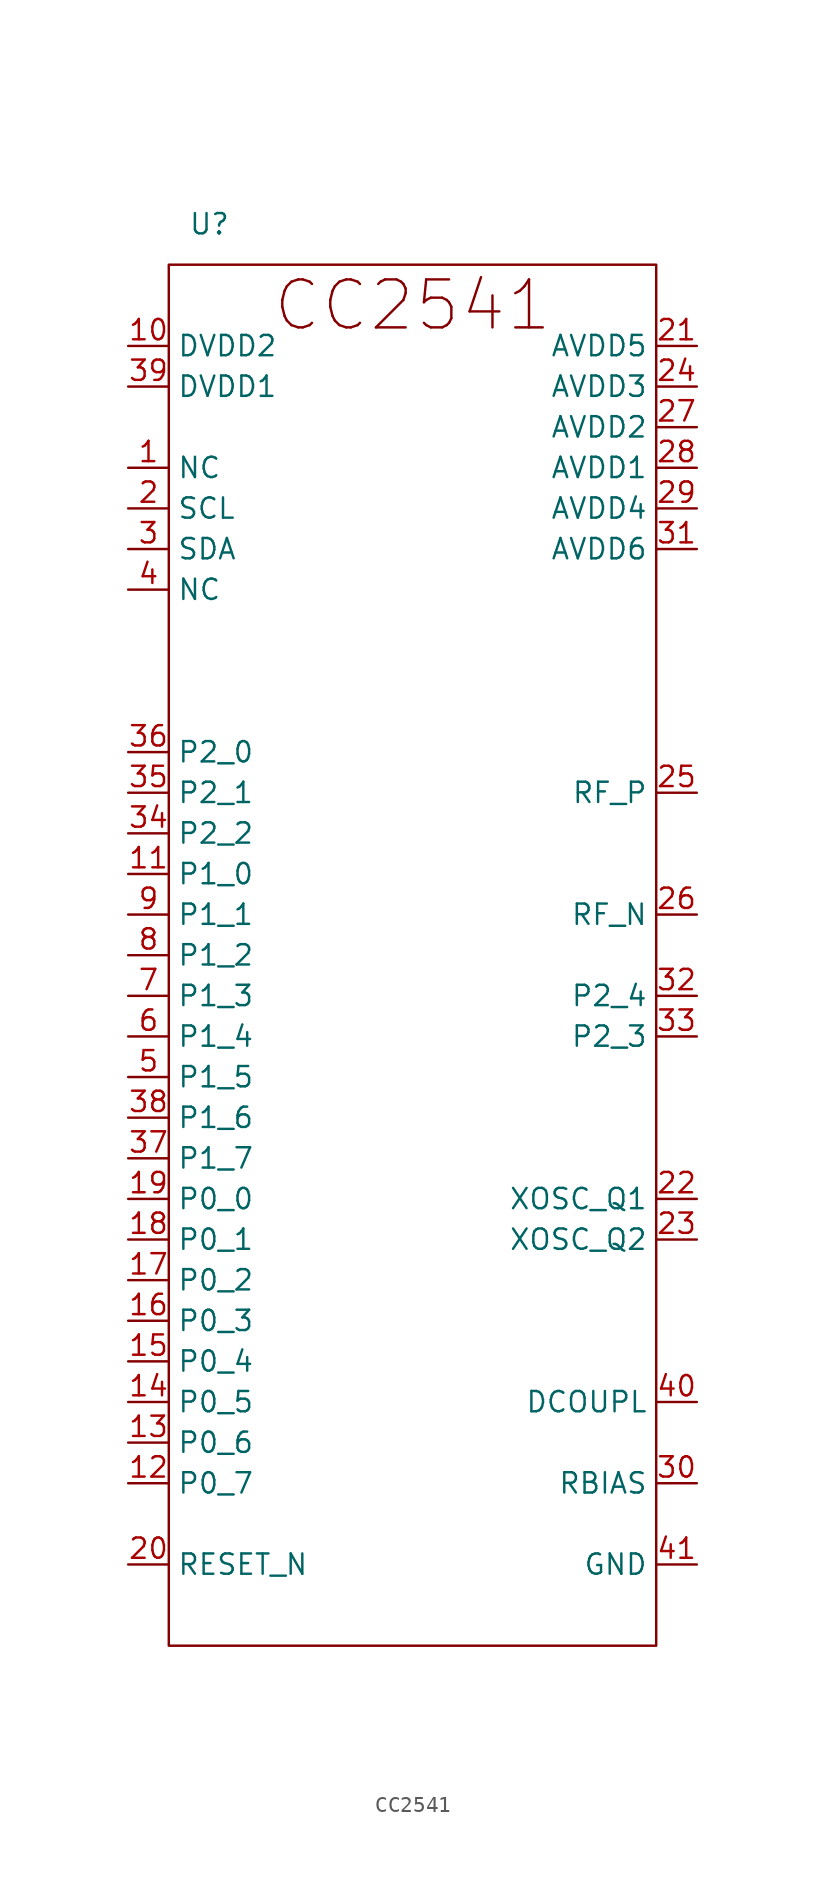
<source format=kicad_sym>
(kicad_symbol_lib
  (version 20220914)
  (generator kicad_symbol_editor)
  (symbol "CC2541"
    (property "Reference" "U"
      (at -12.7 38.1 0)
      (effects (font (size 1.27 1.27))))
    (property "Value" ""
      (at 0 0 0)
      (effects (font (size 1.27 1.27))))
    (symbol "CC2541_0_1"
      (rectangle (start -15.24 35.56) (end 15.24 -50.8) (stroke (width 0) (type default)) (fill (type none))))
    (symbol "CC2541_1_1"
      (text "CC2541" (at 0 33.02 0) (effects (font (size 3 3))))
      (pin bidirectional line (at -17.78 22.86 0) (length 2.54) (name "NC" (effects (font (size 1.27 1.27)))) (number "1" (effects (font (size 1.27 1.27)))))
      (pin power_in line (at -17.78 30.48 0) (length 2.54) (name "DVDD2" (effects (font (size 1.27 1.27)))) (number "10" (effects (font (size 1.27 1.27)))))
      (pin bidirectional line (at -17.78 -2.54 0) (length 2.54) (name "P1_0" (effects (font (size 1.27 1.27)))) (number "11" (effects (font (size 1.27 1.27)))))
      (pin bidirectional line (at -17.78 -40.64 0) (length 2.54) (name "P0_7" (effects (font (size 1.27 1.27)))) (number "12" (effects (font (size 1.27 1.27)))))
      (pin bidirectional line (at -17.78 -38.1 0) (length 2.54) (name "P0_6" (effects (font (size 1.27 1.27)))) (number "13" (effects (font (size 1.27 1.27)))))
      (pin bidirectional line (at -17.78 -35.56 0) (length 2.54) (name "P0_5" (effects (font (size 1.27 1.27)))) (number "14" (effects (font (size 1.27 1.27)))))
      (pin bidirectional line (at -17.78 -33.02 0) (length 2.54) (name "P0_4" (effects (font (size 1.27 1.27)))) (number "15" (effects (font (size 1.27 1.27)))))
      (pin bidirectional line (at -17.78 -30.48 0) (length 2.54) (name "P0_3" (effects (font (size 1.27 1.27)))) (number "16" (effects (font (size 1.27 1.27)))))
      (pin bidirectional line (at -17.78 -27.94 0) (length 2.54) (name "P0_2" (effects (font (size 1.27 1.27)))) (number "17" (effects (font (size 1.27 1.27)))))
      (pin bidirectional line (at -17.78 -25.4 0) (length 2.54) (name "P0_1" (effects (font (size 1.27 1.27)))) (number "18" (effects (font (size 1.27 1.27)))))
      (pin bidirectional line (at -17.78 -22.86 0) (length 2.54) (name "P0_0" (effects (font (size 1.27 1.27)))) (number "19" (effects (font (size 1.27 1.27)))))
      (pin bidirectional line (at -17.78 20.32 0) (length 2.54) (name "SCL" (effects (font (size 1.27 1.27)))) (number "2" (effects (font (size 1.27 1.27)))))
      (pin bidirectional line (at -17.78 -45.72 0) (length 2.54) (name "RESET_N" (effects (font (size 1.27 1.27)))) (number "20" (effects (font (size 1.27 1.27)))))
      (pin power_in line (at 17.78 30.48 180) (length 2.54) (name "AVDD5" (effects (font (size 1.27 1.27)))) (number "21" (effects (font (size 1.27 1.27)))))
      (pin bidirectional line (at 17.78 -22.86 180) (length 2.54) (name "XOSC_Q1" (effects (font (size 1.27 1.27)))) (number "22" (effects (font (size 1.27 1.27)))))
      (pin bidirectional line (at 17.78 -25.4 180) (length 2.54) (name "XOSC_Q2" (effects (font (size 1.27 1.27)))) (number "23" (effects (font (size 1.27 1.27)))))
      (pin power_in line (at 17.78 27.94 180) (length 2.54) (name "AVDD3" (effects (font (size 1.27 1.27)))) (number "24" (effects (font (size 1.27 1.27)))))
      (pin output line (at 17.78 2.54 180) (length 2.54) (name "RF_P" (effects (font (size 1.27 1.27)))) (number "25" (effects (font (size 1.27 1.27)))))
      (pin output line (at 17.78 -5.08 180) (length 2.54) (name "RF_N" (effects (font (size 1.27 1.27)))) (number "26" (effects (font (size 1.27 1.27)))))
      (pin power_in line (at 17.78 25.4 180) (length 2.54) (name "AVDD2" (effects (font (size 1.27 1.27)))) (number "27" (effects (font (size 1.27 1.27)))))
      (pin power_in line (at 17.78 22.86 180) (length 2.54) (name "AVDD1" (effects (font (size 1.27 1.27)))) (number "28" (effects (font (size 1.27 1.27)))))
      (pin power_in line (at 17.78 20.32 180) (length 2.54) (name "AVDD4" (effects (font (size 1.27 1.27)))) (number "29" (effects (font (size 1.27 1.27)))))
      (pin bidirectional line (at -17.78 17.78 0) (length 2.54) (name "SDA" (effects (font (size 1.27 1.27)))) (number "3" (effects (font (size 1.27 1.27)))))
      (pin bidirectional line (at 17.78 -40.64 180) (length 2.54) (name "RBIAS" (effects (font (size 1.27 1.27)))) (number "30" (effects (font (size 1.27 1.27)))))
      (pin power_in line (at 17.78 17.78 180) (length 2.54) (name "AVDD6" (effects (font (size 1.27 1.27)))) (number "31" (effects (font (size 1.27 1.27)))))
      (pin bidirectional line (at 17.78 -10.16 180) (length 2.54) (name "P2_4" (effects (font (size 1.27 1.27)))) (number "32" (effects (font (size 1.27 1.27)))))
      (pin bidirectional line (at 17.78 -12.7 180) (length 2.54) (name "P2_3" (effects (font (size 1.27 1.27)))) (number "33" (effects (font (size 1.27 1.27)))))
      (pin bidirectional line (at -17.78 0 0) (length 2.54) (name "P2_2" (effects (font (size 1.27 1.27)))) (number "34" (effects (font (size 1.27 1.27)))))
      (pin bidirectional line (at -17.78 2.54 0) (length 2.54) (name "P2_1" (effects (font (size 1.27 1.27)))) (number "35" (effects (font (size 1.27 1.27)))))
      (pin bidirectional line (at -17.78 5.08 0) (length 2.54) (name "P2_0" (effects (font (size 1.27 1.27)))) (number "36" (effects (font (size 1.27 1.27)))))
      (pin bidirectional line (at -17.78 -20.32 0) (length 2.54) (name "P1_7" (effects (font (size 1.27 1.27)))) (number "37" (effects (font (size 1.27 1.27)))))
      (pin bidirectional line (at -17.78 -17.78 0) (length 2.54) (name "P1_6" (effects (font (size 1.27 1.27)))) (number "38" (effects (font (size 1.27 1.27)))))
      (pin power_in line (at -17.78 27.94 0) (length 2.54) (name "DVDD1" (effects (font (size 1.27 1.27)))) (number "39" (effects (font (size 1.27 1.27)))))
      (pin bidirectional line (at -17.78 15.24 0) (length 2.54) (name "NC" (effects (font (size 1.27 1.27)))) (number "4" (effects (font (size 1.27 1.27)))))
      (pin bidirectional line (at 17.78 -35.56 180) (length 2.54) (name "DCOUPL" (effects (font (size 1.27 1.27)))) (number "40" (effects (font (size 1.27 1.27)))))
      (pin bidirectional line (at 17.78 -45.72 180) (length 2.54) (name "GND" (effects (font (size 1.27 1.27)))) (number "41" (effects (font (size 1.27 1.27)))))
      (pin bidirectional line (at -17.78 -15.24 0) (length 2.54) (name "P1_5" (effects (font (size 1.27 1.27)))) (number "5" (effects (font (size 1.27 1.27)))))
      (pin bidirectional line (at -17.78 -12.7 0) (length 2.54) (name "P1_4" (effects (font (size 1.27 1.27)))) (number "6" (effects (font (size 1.27 1.27)))))
      (pin bidirectional line (at -17.78 -10.16 0) (length 2.54) (name "P1_3" (effects (font (size 1.27 1.27)))) (number "7" (effects (font (size 1.27 1.27)))))
      (pin bidirectional line (at -17.78 -7.62 0) (length 2.54) (name "P1_2" (effects (font (size 1.27 1.27)))) (number "8" (effects (font (size 1.27 1.27)))))
      (pin bidirectional line (at -17.78 -5.08 0) (length 2.54) (name "P1_1" (effects (font (size 1.27 1.27)))) (number "9" (effects (font (size 1.27 1.27))))))))
</source>
